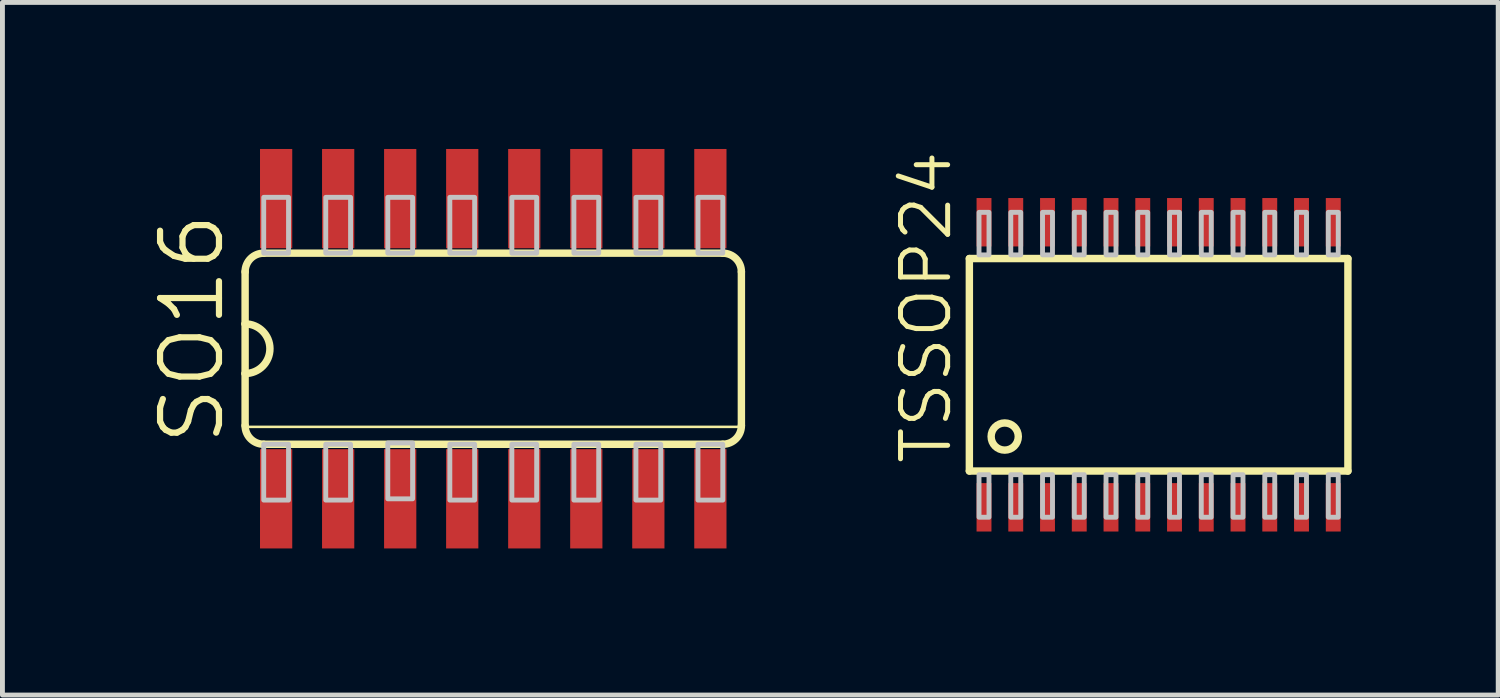
<source format=kicad_pcb>
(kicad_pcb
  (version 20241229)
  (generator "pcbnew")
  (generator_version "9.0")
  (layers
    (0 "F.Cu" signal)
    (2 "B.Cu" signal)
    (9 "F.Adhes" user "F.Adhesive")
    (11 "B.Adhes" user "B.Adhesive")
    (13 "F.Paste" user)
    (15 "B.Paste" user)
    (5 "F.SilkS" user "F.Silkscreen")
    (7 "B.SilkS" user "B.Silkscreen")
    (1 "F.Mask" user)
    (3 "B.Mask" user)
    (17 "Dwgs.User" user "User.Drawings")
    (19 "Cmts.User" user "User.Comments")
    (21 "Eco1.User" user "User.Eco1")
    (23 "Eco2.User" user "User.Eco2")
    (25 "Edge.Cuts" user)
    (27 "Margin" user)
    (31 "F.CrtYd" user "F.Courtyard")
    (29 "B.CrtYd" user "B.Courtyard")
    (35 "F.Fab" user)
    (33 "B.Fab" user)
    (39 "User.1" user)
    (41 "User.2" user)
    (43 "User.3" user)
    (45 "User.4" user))
  (footprint "SO16"
    (layer "F.Cu")
    (at 7.048 4.089)
    (property "Reference" "SO16" (at -5.461 2.032 90) (layer "F.SilkS") (effects (font (size 1.206 1.206) (thickness 0.127)) (justify left bottom)))
    (attr through_hole)
    (fp_line (start -5.08 -1.575) (end -5.08 -0.508) (stroke (width 0.152) (type solid)) (layer "F.SilkS"))
    (fp_line (start -5.08 -0.508) (end -5.08 0.508) (stroke (width 0.152) (type solid)) (layer "F.SilkS"))
    (fp_line (start -5.08 0.508) (end -5.08 1.575) (stroke (width 0.152) (type solid)) (layer "F.SilkS"))
    (fp_line (start -5.08 1.6) (end 5.08 1.6) (stroke (width 0.051) (type solid)) (layer "F.SilkS"))
    (fp_line (start -4.699 1.956) (end 4.699 1.956) (stroke (width 0.152) (type solid)) (layer "F.SilkS"))
    (fp_line (start 4.699 -1.956) (end -4.699 -1.956) (stroke (width 0.152) (type solid)) (layer "F.SilkS"))
    (fp_line (start 5.08 1.575) (end 5.08 -1.575) (stroke (width 0.152) (type solid)) (layer "F.SilkS"))
    (fp_arc (start -5.08 -1.5748) (mid -4.968408 -1.844208) (end -4.699 -1.9558) (stroke (width 0.1524) (type solid)) (layer "F.SilkS"))
    (fp_arc (start -5.08 -0.508) (mid -4.572 0) (end -5.08 0.508) (stroke (width 0.1524) (type solid)) (layer "F.SilkS"))
    (fp_arc (start -4.699 1.9558) (mid -4.968408 1.844208) (end -5.08 1.5748) (stroke (width 0.1524) (type solid)) (layer "F.SilkS"))
    (fp_arc (start 4.699 -1.9558) (mid 4.968408 -1.844208) (end 5.08 -1.5748) (stroke (width 0.1524) (type solid)) (layer "F.SilkS"))
    (fp_arc (start 5.08 1.5748) (mid 4.968408 1.844208) (end 4.699 1.9558) (stroke (width 0.1524) (type solid)) (layer "F.SilkS"))
    (fp_poly (pts (xy -4.699 -1.956) (xy -4.191 -1.956) (xy -4.191 -3.099) (xy -4.699 -3.099)) (stroke (width 0.1) (type solid)) (fill no) (layer "Dwgs.User"))
    (fp_poly (pts (xy -4.699 3.099) (xy -4.191 3.099) (xy -4.191 1.956) (xy -4.699 1.956)) (stroke (width 0.1) (type solid)) (fill no) (layer "Dwgs.User"))
    (fp_poly (pts (xy -3.429 -1.956) (xy -2.921 -1.956) (xy -2.921 -3.099) (xy -3.429 -3.099)) (stroke (width 0.1) (type solid)) (fill no) (layer "Dwgs.User"))
    (fp_poly (pts (xy -3.429 3.099) (xy -2.921 3.099) (xy -2.921 1.956) (xy -3.429 1.956)) (stroke (width 0.1) (type solid)) (fill no) (layer "Dwgs.User"))
    (fp_poly (pts (xy -2.159 -1.956) (xy -1.651 -1.956) (xy -1.651 -3.099) (xy -2.159 -3.099)) (stroke (width 0.1) (type solid)) (fill no) (layer "Dwgs.User"))
    (fp_poly (pts (xy -2.159 3.073) (xy -1.651 3.073) (xy -1.651 1.93) (xy -2.159 1.93)) (stroke (width 0.1) (type solid)) (fill no) (layer "Dwgs.User"))
    (fp_poly (pts (xy -0.889 -1.956) (xy -0.381 -1.956) (xy -0.381 -3.099) (xy -0.889 -3.099)) (stroke (width 0.1) (type solid)) (fill no) (layer "Dwgs.User"))
    (fp_poly (pts (xy -0.889 3.099) (xy -0.381 3.099) (xy -0.381 1.956) (xy -0.889 1.956)) (stroke (width 0.1) (type solid)) (fill no) (layer "Dwgs.User"))
    (fp_poly (pts (xy 0.381 -1.956) (xy 0.889 -1.956) (xy 0.889 -3.099) (xy 0.381 -3.099)) (stroke (width 0.1) (type solid)) (fill no) (layer "Dwgs.User"))
    (fp_poly (pts (xy 0.381 3.099) (xy 0.889 3.099) (xy 0.889 1.956) (xy 0.381 1.956)) (stroke (width 0.1) (type solid)) (fill no) (layer "Dwgs.User"))
    (fp_poly (pts (xy 1.651 -1.956) (xy 2.159 -1.956) (xy 2.159 -3.099) (xy 1.651 -3.099)) (stroke (width 0.1) (type solid)) (fill no) (layer "Dwgs.User"))
    (fp_poly (pts (xy 1.651 3.099) (xy 2.159 3.099) (xy 2.159 1.956) (xy 1.651 1.956)) (stroke (width 0.1) (type solid)) (fill no) (layer "Dwgs.User"))
    (fp_poly (pts (xy 2.921 -1.956) (xy 3.429 -1.956) (xy 3.429 -3.099) (xy 2.921 -3.099)) (stroke (width 0.1) (type solid)) (fill no) (layer "Dwgs.User"))
    (fp_poly (pts (xy 2.921 3.099) (xy 3.429 3.099) (xy 3.429 1.956) (xy 2.921 1.956)) (stroke (width 0.1) (type solid)) (fill no) (layer "Dwgs.User"))
    (fp_poly (pts (xy 4.191 -1.956) (xy 4.699 -1.956) (xy 4.699 -3.099) (xy 4.191 -3.099)) (stroke (width 0.1) (type solid)) (fill no) (layer "Dwgs.User"))
    (fp_poly (pts (xy 4.191 3.099) (xy 4.699 3.099) (xy 4.699 1.956) (xy 4.191 1.956)) (stroke (width 0.1) (type solid)) (fill no) (layer "Dwgs.User"))
    (pad "1" smd rect (at -4.445 3.073) (size 0.66 2.032) (layers "F.Cu" "F.Mask" "F.Paste"))
    (pad "2" smd rect (at -3.175 3.073) (size 0.66 2.032) (layers "F.Cu" "F.Mask" "F.Paste"))
    (pad "3" smd rect (at -1.905 3.073) (size 0.66 2.032) (layers "F.Cu" "F.Mask" "F.Paste"))
    (pad "4" smd rect (at -0.635 3.073) (size 0.66 2.032) (layers "F.Cu" "F.Mask" "F.Paste"))
    (pad "5" smd rect (at 0.635 3.073) (size 0.66 2.032) (layers "F.Cu" "F.Mask" "F.Paste"))
    (pad "6" smd rect (at 1.905 3.073) (size 0.66 2.032) (layers "F.Cu" "F.Mask" "F.Paste"))
    (pad "7" smd rect (at 3.175 3.073) (size 0.66 2.032) (layers "F.Cu" "F.Mask" "F.Paste"))
    (pad "8" smd rect (at 4.445 3.073) (size 0.66 2.032) (layers "F.Cu" "F.Mask" "F.Paste"))
    (pad "9" smd rect (at 4.445 -3.073) (size 0.66 2.032) (layers "F.Cu" "F.Mask" "F.Paste"))
    (pad "10" smd rect (at 3.175 -3.073) (size 0.66 2.032) (layers "F.Cu" "F.Mask" "F.Paste"))
    (pad "11" smd rect (at 1.905 -3.073) (size 0.66 2.032) (layers "F.Cu" "F.Mask" "F.Paste"))
    (pad "12" smd rect (at 0.635 -3.073) (size 0.66 2.032) (layers "F.Cu" "F.Mask" "F.Paste"))
    (pad "13" smd rect (at -0.635 -3.073) (size 0.66 2.032) (layers "F.Cu" "F.Mask" "F.Paste"))
    (pad "14" smd rect (at -1.905 -3.073) (size 0.66 2.032) (layers "F.Cu" "F.Mask" "F.Paste"))
    (pad "15" smd rect (at -3.175 -3.073) (size 0.66 2.032) (layers "F.Cu" "F.Mask" "F.Paste"))
    (pad "16" smd rect (at -4.445 -3.073) (size 0.66 2.032) (layers "F.Cu" "F.Mask" "F.Paste")))
  (footprint "TSSOP24"
    (layer "F.Cu")
    (at 20.67 4.418)
    (property "Reference" "TSSOP24" (at -4.196 2.083 90) (layer "F.SilkS") (effects (font (size 0.965 0.965) (thickness 0.102)) (justify left bottom)))
    (attr through_hole)
    (fp_line (start -3.875 2.175) (end -3.875 -2.175) (stroke (width 0.152) (type solid)) (layer "F.SilkS"))
    (fp_line (start -3.875 2.175) (end 3.875 2.175) (stroke (width 0.152) (type solid)) (layer "F.SilkS"))
    (fp_line (start 3.875 -2.175) (end -3.875 -2.175) (stroke (width 0.152) (type solid)) (layer "F.SilkS"))
    (fp_line (start 3.875 -2.175) (end 3.875 2.175) (stroke (width 0.152) (type solid)) (layer "F.SilkS"))
    (fp_circle (center -3.151 1.469) (end -2.873 1.469) (stroke (width 0.152) (type solid)) (fill no) (layer "F.SilkS"))
    (fp_poly (pts (xy -3.677 -2.25) (xy -3.473 -2.25) (xy -3.473 -3.121) (xy -3.677 -3.121)) (stroke (width 0.1) (type solid)) (fill no) (layer "Dwgs.User"))
    (fp_poly (pts (xy -3.677 3.121) (xy -3.473 3.121) (xy -3.473 2.25) (xy -3.677 2.25)) (stroke (width 0.1) (type solid)) (fill no) (layer "Dwgs.User"))
    (fp_poly (pts (xy -3.027 -2.25) (xy -2.823 -2.25) (xy -2.823 -3.121) (xy -3.027 -3.121)) (stroke (width 0.1) (type solid)) (fill no) (layer "Dwgs.User"))
    (fp_poly (pts (xy -3.027 3.121) (xy -2.823 3.121) (xy -2.823 2.25) (xy -3.027 2.25)) (stroke (width 0.1) (type solid)) (fill no) (layer "Dwgs.User"))
    (fp_poly (pts (xy -2.377 -2.25) (xy -2.173 -2.25) (xy -2.173 -3.121) (xy -2.377 -3.121)) (stroke (width 0.1) (type solid)) (fill no) (layer "Dwgs.User"))
    (fp_poly (pts (xy -2.377 3.121) (xy -2.173 3.121) (xy -2.173 2.25) (xy -2.377 2.25)) (stroke (width 0.1) (type solid)) (fill no) (layer "Dwgs.User"))
    (fp_poly (pts (xy -1.727 -2.25) (xy -1.523 -2.25) (xy -1.523 -3.121) (xy -1.727 -3.121)) (stroke (width 0.1) (type solid)) (fill no) (layer "Dwgs.User"))
    (fp_poly (pts (xy -1.727 3.121) (xy -1.523 3.121) (xy -1.523 2.25) (xy -1.727 2.25)) (stroke (width 0.1) (type solid)) (fill no) (layer "Dwgs.User"))
    (fp_poly (pts (xy -1.077 -2.25) (xy -0.873 -2.25) (xy -0.873 -3.121) (xy -1.077 -3.121)) (stroke (width 0.1) (type solid)) (fill no) (layer "Dwgs.User"))
    (fp_poly (pts (xy -1.077 3.121) (xy -0.873 3.121) (xy -0.873 2.25) (xy -1.077 2.25)) (stroke (width 0.1) (type solid)) (fill no) (layer "Dwgs.User"))
    (fp_poly (pts (xy -0.427 -2.25) (xy -0.223 -2.25) (xy -0.223 -3.121) (xy -0.427 -3.121)) (stroke (width 0.1) (type solid)) (fill no) (layer "Dwgs.User"))
    (fp_poly (pts (xy -0.427 3.121) (xy -0.223 3.121) (xy -0.223 2.25) (xy -0.427 2.25)) (stroke (width 0.1) (type solid)) (fill no) (layer "Dwgs.User"))
    (fp_poly (pts (xy 0.223 -2.25) (xy 0.427 -2.25) (xy 0.427 -3.121) (xy 0.223 -3.121)) (stroke (width 0.1) (type solid)) (fill no) (layer "Dwgs.User"))
    (fp_poly (pts (xy 0.223 3.121) (xy 0.427 3.121) (xy 0.427 2.25) (xy 0.223 2.25)) (stroke (width 0.1) (type solid)) (fill no) (layer "Dwgs.User"))
    (fp_poly (pts (xy 0.873 -2.25) (xy 1.077 -2.25) (xy 1.077 -3.121) (xy 0.873 -3.121)) (stroke (width 0.1) (type solid)) (fill no) (layer "Dwgs.User"))
    (fp_poly (pts (xy 0.873 3.121) (xy 1.077 3.121) (xy 1.077 2.25) (xy 0.873 2.25)) (stroke (width 0.1) (type solid)) (fill no) (layer "Dwgs.User"))
    (fp_poly (pts (xy 1.523 -2.25) (xy 1.727 -2.25) (xy 1.727 -3.121) (xy 1.523 -3.121)) (stroke (width 0.1) (type solid)) (fill no) (layer "Dwgs.User"))
    (fp_poly (pts (xy 1.523 3.121) (xy 1.727 3.121) (xy 1.727 2.25) (xy 1.523 2.25)) (stroke (width 0.1) (type solid)) (fill no) (layer "Dwgs.User"))
    (fp_poly (pts (xy 2.173 -2.25) (xy 2.377 -2.25) (xy 2.377 -3.121) (xy 2.173 -3.121)) (stroke (width 0.1) (type solid)) (fill no) (layer "Dwgs.User"))
    (fp_poly (pts (xy 2.173 3.121) (xy 2.377 3.121) (xy 2.377 2.25) (xy 2.173 2.25)) (stroke (width 0.1) (type solid)) (fill no) (layer "Dwgs.User"))
    (fp_poly (pts (xy 2.823 -2.25) (xy 3.027 -2.25) (xy 3.027 -3.121) (xy 2.823 -3.121)) (stroke (width 0.1) (type solid)) (fill no) (layer "Dwgs.User"))
    (fp_poly (pts (xy 2.823 3.121) (xy 3.027 3.121) (xy 3.027 2.25) (xy 2.823 2.25)) (stroke (width 0.1) (type solid)) (fill no) (layer "Dwgs.User"))
    (fp_poly (pts (xy 3.473 -2.25) (xy 3.677 -2.25) (xy 3.677 -3.121) (xy 3.473 -3.121)) (stroke (width 0.1) (type solid)) (fill no) (layer "Dwgs.User"))
    (fp_poly (pts (xy 3.473 3.121) (xy 3.677 3.121) (xy 3.677 2.25) (xy 3.473 2.25)) (stroke (width 0.1) (type solid)) (fill no) (layer "Dwgs.User"))
    (pad "1" smd rect (at -3.575 2.918) (size 0.305 0.991) (layers "F.Cu" "F.Mask" "F.Paste"))
    (pad "2" smd rect (at -2.925 2.918) (size 0.305 0.991) (layers "F.Cu" "F.Mask" "F.Paste"))
    (pad "3" smd rect (at -2.275 2.918) (size 0.305 0.991) (layers "F.Cu" "F.Mask" "F.Paste"))
    (pad "4" smd rect (at -1.625 2.918) (size 0.305 0.991) (layers "F.Cu" "F.Mask" "F.Paste"))
    (pad "5" smd rect (at -0.975 2.918) (size 0.305 0.991) (layers "F.Cu" "F.Mask" "F.Paste"))
    (pad "6" smd rect (at -0.325 2.918) (size 0.305 0.991) (layers "F.Cu" "F.Mask" "F.Paste"))
    (pad "7" smd rect (at 0.325 2.918) (size 0.305 0.991) (layers "F.Cu" "F.Mask" "F.Paste"))
    (pad "8" smd rect (at 0.975 2.918) (size 0.305 0.991) (layers "F.Cu" "F.Mask" "F.Paste"))
    (pad "9" smd rect (at 1.625 2.918) (size 0.305 0.991) (layers "F.Cu" "F.Mask" "F.Paste"))
    (pad "10" smd rect (at 2.275 2.918) (size 0.305 0.991) (layers "F.Cu" "F.Mask" "F.Paste"))
    (pad "11" smd rect (at 2.925 2.918) (size 0.305 0.991) (layers "F.Cu" "F.Mask" "F.Paste"))
    (pad "12" smd rect (at 3.575 2.918) (size 0.305 0.991) (layers "F.Cu" "F.Mask" "F.Paste"))
    (pad "13" smd rect (at 3.575 -2.918) (size 0.305 0.991) (layers "F.Cu" "F.Mask" "F.Paste"))
    (pad "14" smd rect (at 2.925 -2.918) (size 0.305 0.991) (layers "F.Cu" "F.Mask" "F.Paste"))
    (pad "15" smd rect (at 2.275 -2.918) (size 0.305 0.991) (layers "F.Cu" "F.Mask" "F.Paste"))
    (pad "16" smd rect (at 1.625 -2.918) (size 0.305 0.991) (layers "F.Cu" "F.Mask" "F.Paste"))
    (pad "17" smd rect (at 0.975 -2.918) (size 0.305 0.991) (layers "F.Cu" "F.Mask" "F.Paste"))
    (pad "18" smd rect (at 0.325 -2.918) (size 0.305 0.991) (layers "F.Cu" "F.Mask" "F.Paste"))
    (pad "19" smd rect (at -0.325 -2.918) (size 0.305 0.991) (layers "F.Cu" "F.Mask" "F.Paste"))
    (pad "20" smd rect (at -0.975 -2.918) (size 0.305 0.991) (layers "F.Cu" "F.Mask" "F.Paste"))
    (pad "21" smd rect (at -1.625 -2.918) (size 0.305 0.991) (layers "F.Cu" "F.Mask" "F.Paste"))
    (pad "22" smd rect (at -2.275 -2.918) (size 0.305 0.991) (layers "F.Cu" "F.Mask" "F.Paste"))
    (pad "23" smd rect (at -2.925 -2.918) (size 0.305 0.991) (layers "F.Cu" "F.Mask" "F.Paste"))
    (pad "24" smd rect (at -3.575 -2.918) (size 0.305 0.991) (layers "F.Cu" "F.Mask" "F.Paste")))
  (gr_rect
    (start -3 -3)
    (end 27.622 11.179)
    (stroke (width 0.1) (type default))
    (fill no)
    (layer "Edge.Cuts")))
</source>
